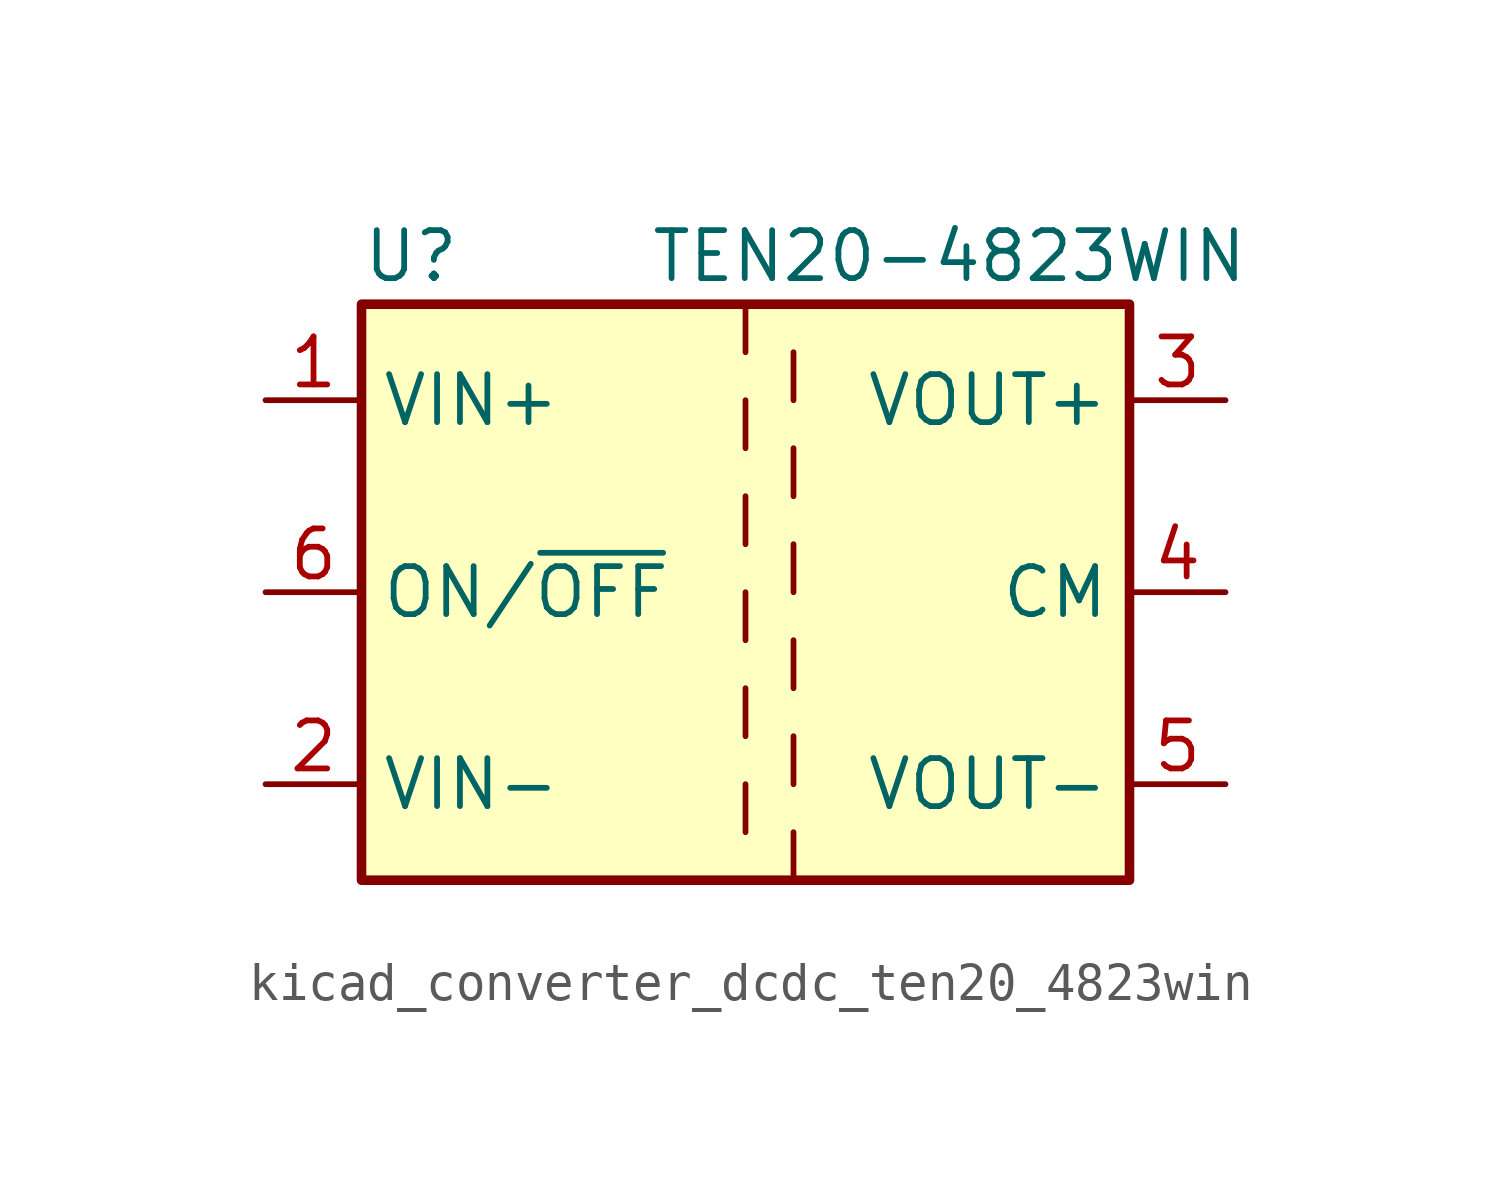
<source format=kicad_sym>
(kicad_symbol_lib
  (version 20220914)
  (generator kicad_symbol_editor)
  (symbol "kicad_converter_dcdc_ten20_4823win"
    (property "Reference" "U"
      (at -10.16 8.89 0)
      (effects (font (size 1.27 1.27)) (justify left)))
    (property "Value" "TEN20-4823WIN"
      (at -2.54 8.89 0)
      (effects (font (size 1.27 1.27)) (justify left)))
    (symbol "kicad_converter_dcdc_ten20_4823win_0_1"
      (rectangle (start -10.16 7.62) (end 10.16 -7.62) (stroke (width 0.254) (type default)) (fill (type background)))
      (polyline (pts (xy 0 -5.08) (xy 0 -6.35)) (stroke (width 0) (type default)) (fill (type none)))
      (polyline (pts (xy 0 -2.54) (xy 0 -3.81)) (stroke (width 0) (type default)) (fill (type none)))
      (polyline (pts (xy 0 0) (xy 0 -1.27)) (stroke (width 0) (type default)) (fill (type none)))
      (polyline (pts (xy 0 2.54) (xy 0 1.27)) (stroke (width 0) (type default)) (fill (type none)))
      (polyline (pts (xy 0 5.08) (xy 0 3.81)) (stroke (width 0) (type default)) (fill (type none)))
      (polyline (pts (xy 0 7.62) (xy 0 6.35)) (stroke (width 0) (type default)) (fill (type none)))
      (polyline (pts (xy 1.27 -7.62) (xy 1.27 -6.35)) (stroke (width 0) (type default)) (fill (type none)))
      (polyline (pts (xy 1.27 -5.08) (xy 1.27 -3.81)) (stroke (width 0) (type default)) (fill (type none)))
      (polyline (pts (xy 1.27 -2.54) (xy 1.27 -1.27)) (stroke (width 0) (type default)) (fill (type none)))
      (polyline (pts (xy 1.27 0) (xy 1.27 1.27)) (stroke (width 0) (type default)) (fill (type none)))
      (polyline (pts (xy 1.27 2.54) (xy 1.27 3.81)) (stroke (width 0) (type default)) (fill (type none)))
      (polyline (pts (xy 1.27 5.08) (xy 1.27 6.35)) (stroke (width 0) (type default)) (fill (type none))))
    (symbol "kicad_converter_dcdc_ten20_4823win_1_1"
      (pin power_in line (at -12.7 5.08 0) (length 2.54) (name "VIN+" (effects (font (size 1.27 1.27)))) (number "1" (effects (font (size 1.27 1.27)))))
      (pin power_in line (at -12.7 -5.08 0) (length 2.54) (name "VIN-" (effects (font (size 1.27 1.27)))) (number "2" (effects (font (size 1.27 1.27)))))
      (pin power_out line (at 12.7 5.08 180) (length 2.54) (name "VOUT+" (effects (font (size 1.27 1.27)))) (number "3" (effects (font (size 1.27 1.27)))))
      (pin power_out line (at 12.7 0 180) (length 2.54) (name "CM" (effects (font (size 1.27 1.27)))) (number "4" (effects (font (size 1.27 1.27)))))
      (pin power_out line (at 12.7 -5.08 180) (length 2.54) (name "VOUT-" (effects (font (size 1.27 1.27)))) (number "5" (effects (font (size 1.27 1.27)))))
      (pin input line (at -12.7 0 0) (length 2.54) (name "ON/~{OFF}" (effects (font (size 1.27 1.27)))) (number "6" (effects (font (size 1.27 1.27))))))))
</source>
